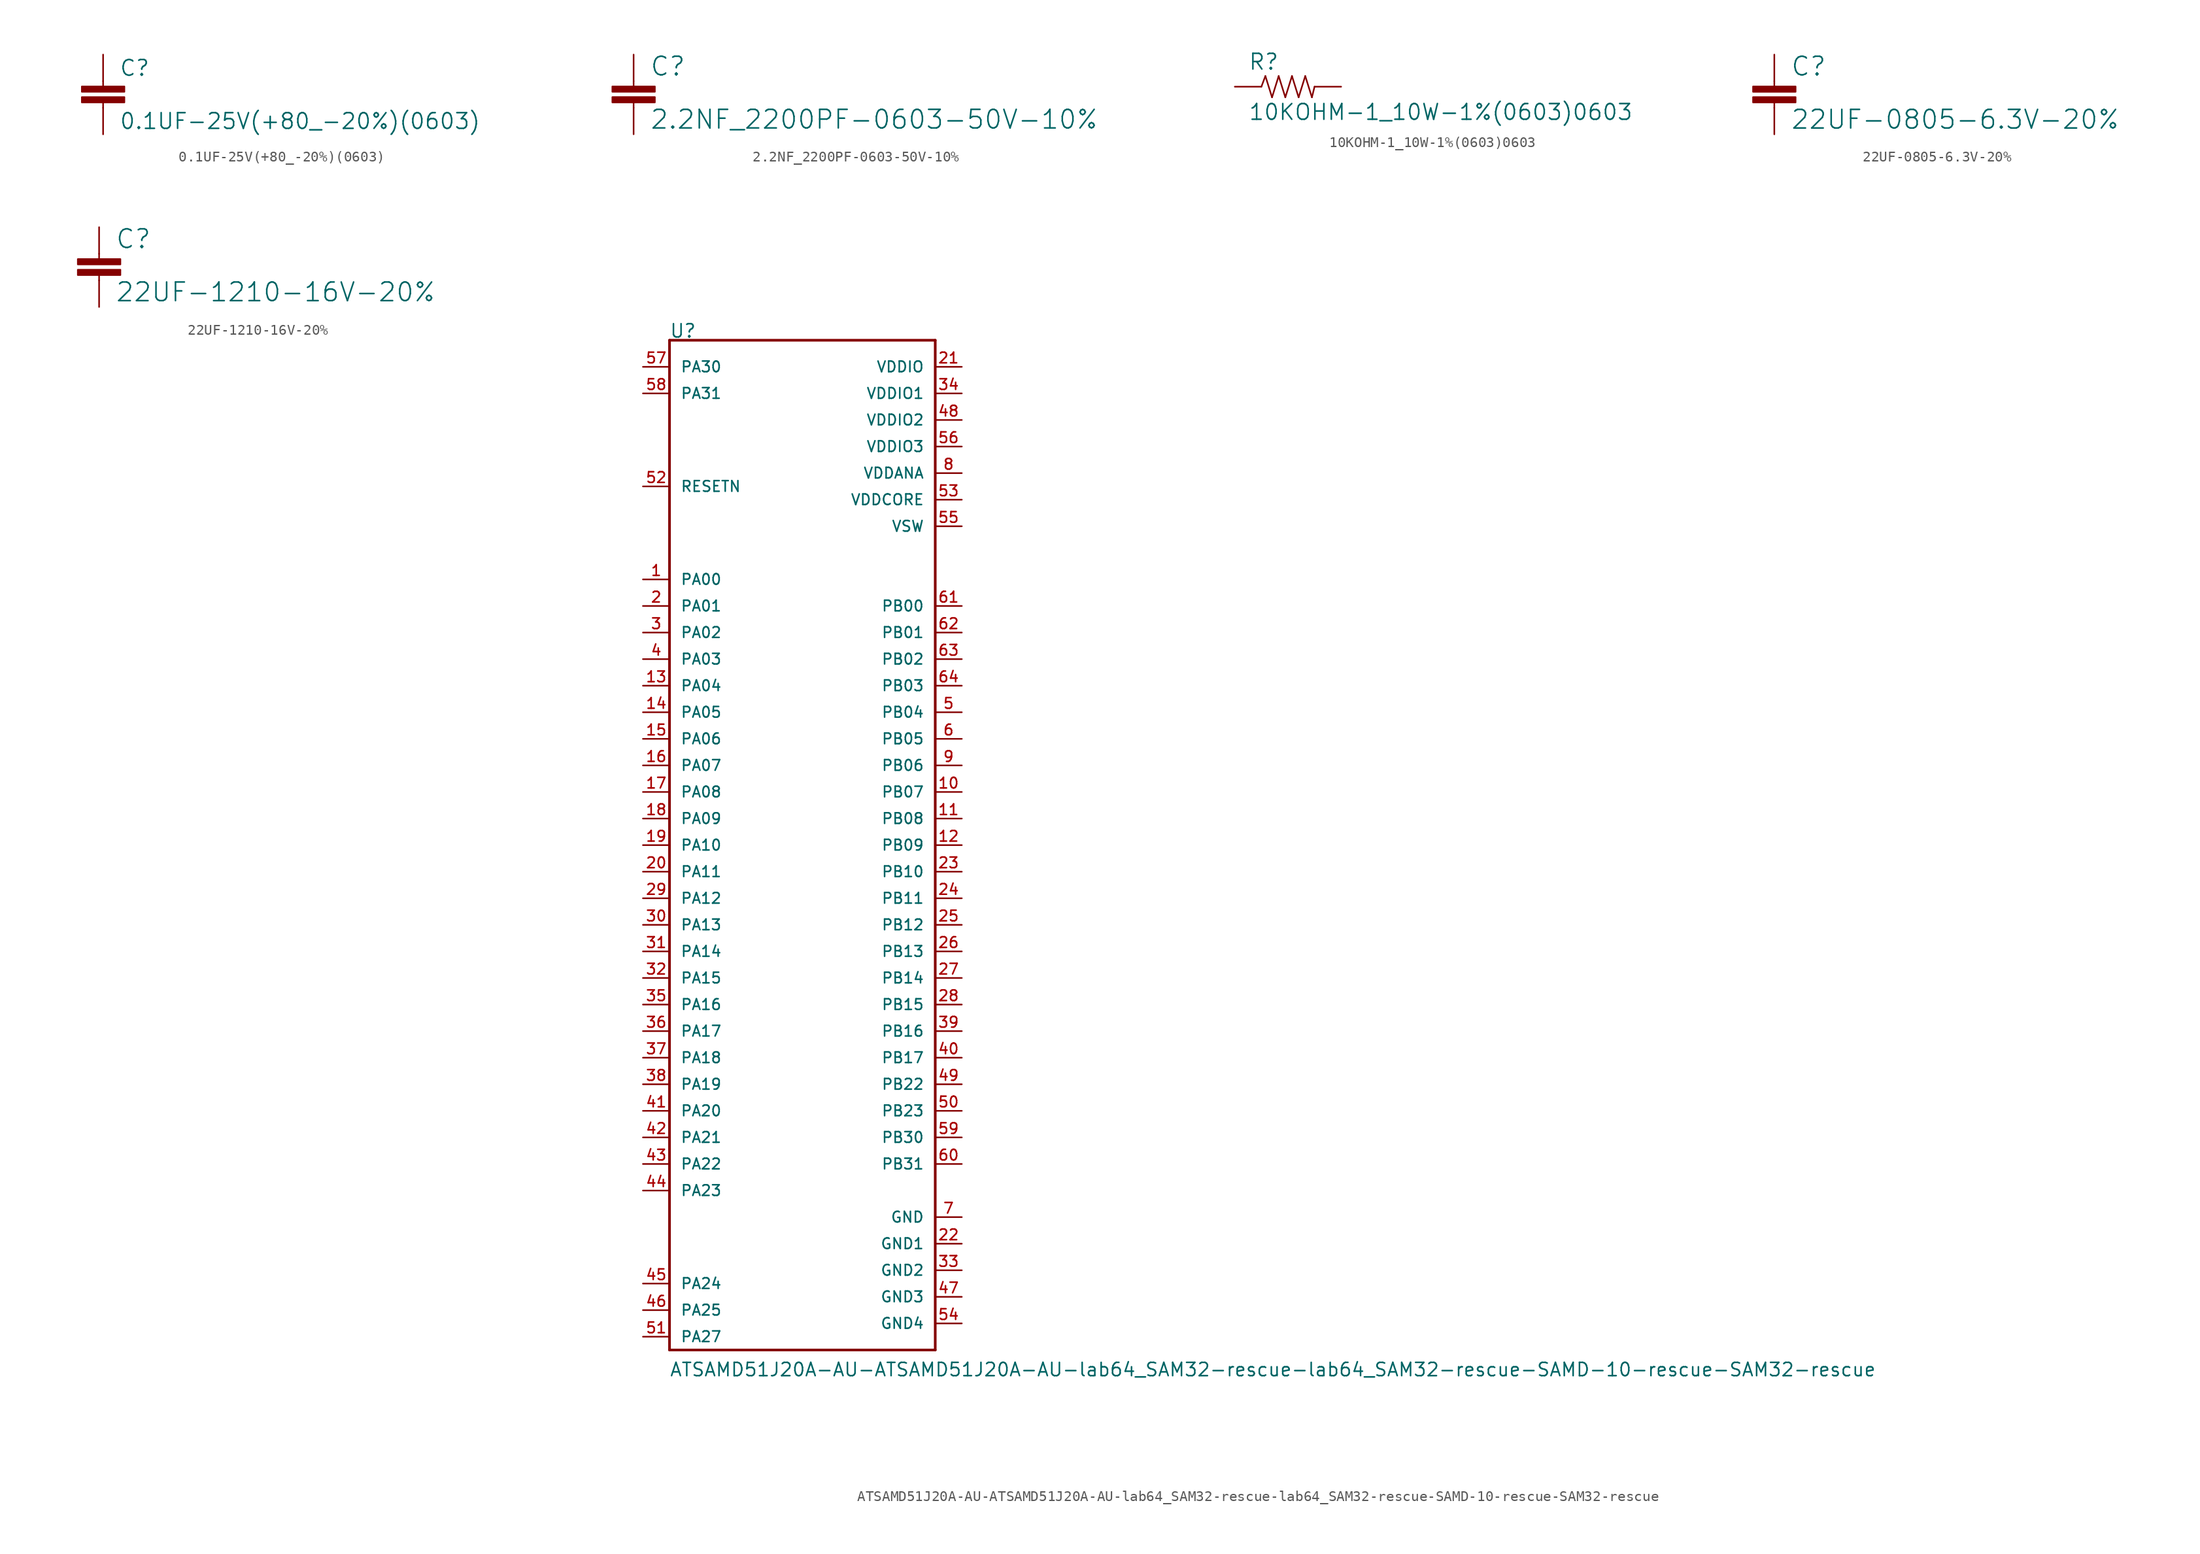
<source format=kicad_sym>
(kicad_symbol_lib
  (version 20220914)
  (generator kicad_symbol_editor)
  (symbol "0.1UF-25V(+80_-20%)(0603)"
    (pin_names
      (offset 1.016))
    (property "Reference" "C"
      (at 1.524 2.921 0)
      (effects (font (size 1.499 1.499)) (justify left bottom)))
    (property "Value" "0.1UF-25V(+80_-20%)(0603)"
      (at 1.524 -2.159 0)
      (effects (font (size 1.499 1.499)) (justify left bottom)))
    (property "ki_locked" ""
      (at 0 0 0)
      (effects (font (size 1.27 1.27))))
    (symbol "0.1UF-25V(+80_-20%)(0603)_1_0"
      (rectangle (start -2.032 0.508) (end 2.032 1.016) (stroke (width 0) (type solid)) (fill (type outline)))
      (rectangle (start -2.032 1.524) (end 2.032 2.032) (stroke (width 0) (type solid)) (fill (type outline)))
      (polyline (pts (xy 0 0) (xy 0 0.508)) (stroke (width 0) (type solid)) (fill (type none)))
      (polyline (pts (xy 0 2.54) (xy 0 2.032)) (stroke (width 0) (type solid)) (fill (type none)))
      (pin passive line (at 0 5.08 270) (length 2.54) (name "1" (effects (font (size 0 0)))) (number "1" (effects (font (size 0 0)))))
      (pin passive line (at 0 -2.54 90) (length 2.54) (name "2" (effects (font (size 0 0)))) (number "2" (effects (font (size 0 0)))))))
  (symbol "2.2NF_2200PF-0603-50V-10%"
    (pin_names
      (offset 1.016))
    (property "Reference" "C"
      (at 1.524 2.921 0)
      (effects (font (size 1.778 1.778)) (justify left bottom)))
    (property "Value" "2.2NF_2200PF-0603-50V-10%"
      (at 1.524 -2.159 0)
      (effects (font (size 1.778 1.778)) (justify left bottom)))
    (property "ki_locked" ""
      (at 0 0 0)
      (effects (font (size 1.27 1.27))))
    (symbol "2.2NF_2200PF-0603-50V-10%_1_0"
      (rectangle (start -2.032 0.508) (end 2.032 1.016) (stroke (width 0) (type solid)) (fill (type outline)))
      (rectangle (start -2.032 1.524) (end 2.032 2.032) (stroke (width 0) (type solid)) (fill (type outline)))
      (polyline (pts (xy 0 0) (xy 0 0.508)) (stroke (width 0) (type solid)) (fill (type none)))
      (polyline (pts (xy 0 2.54) (xy 0 2.032)) (stroke (width 0) (type solid)) (fill (type none)))
      (pin passive line (at 0 5.08 270) (length 2.54) (name "1" (effects (font (size 0 0)))) (number "1" (effects (font (size 0 0)))))
      (pin passive line (at 0 -2.54 90) (length 2.54) (name "2" (effects (font (size 0 0)))) (number "2" (effects (font (size 0 0)))))))
  (symbol "10KOHM-1_10W-1%(0603)0603"
    (pin_names
      (offset 1.016))
    (property "Reference" "R"
      (at -3.81 1.499 0)
      (effects (font (size 1.499 1.499)) (justify left bottom)))
    (property "Value" "10KOHM-1_10W-1%(0603)0603"
      (at -3.81 -3.302 0)
      (effects (font (size 1.499 1.499)) (justify left bottom)))
    (property "ki_locked" ""
      (at 0 0 0)
      (effects (font (size 1.27 1.27))))
    (symbol "10KOHM-1_10W-1%(0603)0603_1_0"
      (polyline (pts (xy -2.54 0) (xy -2.159 1.016)) (stroke (width 0) (type solid)) (fill (type none)))
      (polyline (pts (xy -2.159 1.016) (xy -1.524 -1.016)) (stroke (width 0) (type solid)) (fill (type none)))
      (polyline (pts (xy -1.524 -1.016) (xy -0.889 1.016)) (stroke (width 0) (type solid)) (fill (type none)))
      (polyline (pts (xy -0.889 1.016) (xy -0.254 -1.016)) (stroke (width 0) (type solid)) (fill (type none)))
      (polyline (pts (xy -0.254 -1.016) (xy 0.381 1.016)) (stroke (width 0) (type solid)) (fill (type none)))
      (polyline (pts (xy 0.381 1.016) (xy 1.016 -1.016)) (stroke (width 0) (type solid)) (fill (type none)))
      (polyline (pts (xy 1.016 -1.016) (xy 1.651 1.016)) (stroke (width 0) (type solid)) (fill (type none)))
      (polyline (pts (xy 1.651 1.016) (xy 2.286 -1.016)) (stroke (width 0) (type solid)) (fill (type none)))
      (polyline (pts (xy 2.286 -1.016) (xy 2.54 0)) (stroke (width 0) (type solid)) (fill (type none)))
      (pin passive line (at -5.08 0 0) (length 2.54) (name "1" (effects (font (size 0 0)))) (number "1" (effects (font (size 0 0)))))
      (pin passive line (at 5.08 0 180) (length 2.54) (name "2" (effects (font (size 0 0)))) (number "2" (effects (font (size 0 0)))))))
  (symbol "22UF-0805-6.3V-20%"
    (pin_names
      (offset 1.016))
    (property "Reference" "C"
      (at 1.524 2.921 0)
      (effects (font (size 1.778 1.778)) (justify left bottom)))
    (property "Value" "22UF-0805-6.3V-20%"
      (at 1.524 -2.159 0)
      (effects (font (size 1.778 1.778)) (justify left bottom)))
    (property "ki_locked" ""
      (at 0 0 0)
      (effects (font (size 1.27 1.27))))
    (symbol "22UF-0805-6.3V-20%_1_0"
      (rectangle (start -2.032 0.508) (end 2.032 1.016) (stroke (width 0) (type solid)) (fill (type outline)))
      (rectangle (start -2.032 1.524) (end 2.032 2.032) (stroke (width 0) (type solid)) (fill (type outline)))
      (polyline (pts (xy 0 0) (xy 0 0.508)) (stroke (width 0) (type solid)) (fill (type none)))
      (polyline (pts (xy 0 2.54) (xy 0 2.032)) (stroke (width 0) (type solid)) (fill (type none)))
      (pin passive line (at 0 5.08 270) (length 2.54) (name "1" (effects (font (size 0 0)))) (number "1" (effects (font (size 0 0)))))
      (pin passive line (at 0 -2.54 90) (length 2.54) (name "2" (effects (font (size 0 0)))) (number "2" (effects (font (size 0 0)))))))
  (symbol "22UF-1210-16V-20%"
    (pin_names
      (offset 1.016))
    (property "Reference" "C"
      (at 1.524 2.921 0)
      (effects (font (size 1.778 1.778)) (justify left bottom)))
    (property "Value" "22UF-1210-16V-20%"
      (at 1.524 -2.159 0)
      (effects (font (size 1.778 1.778)) (justify left bottom)))
    (property "ki_locked" ""
      (at 0 0 0)
      (effects (font (size 1.27 1.27))))
    (symbol "22UF-1210-16V-20%_1_0"
      (rectangle (start -2.032 0.508) (end 2.032 1.016) (stroke (width 0) (type solid)) (fill (type outline)))
      (rectangle (start -2.032 1.524) (end 2.032 2.032) (stroke (width 0) (type solid)) (fill (type outline)))
      (polyline (pts (xy 0 0) (xy 0 0.508)) (stroke (width 0) (type solid)) (fill (type none)))
      (polyline (pts (xy 0 2.54) (xy 0 2.032)) (stroke (width 0) (type solid)) (fill (type none)))
      (pin passive line (at 0 5.08 270) (length 2.54) (name "1" (effects (font (size 0 0)))) (number "1" (effects (font (size 0 0)))))
      (pin passive line (at 0 -2.54 90) (length 2.54) (name "2" (effects (font (size 0 0)))) (number "2" (effects (font (size 0 0)))))))
  (symbol "ATSAMD51J20A-AU-ATSAMD51J20A-AU-lab64_SAM32-rescue-lab64_SAM32-rescue-SAMD-10-rescue-SAM32-rescue"
    (pin_names
      (offset 1.016))
    (property "Reference" "U"
      (at -12.725 48.412 0)
      (effects (font (size 1.27 1.27)) (justify left bottom)))
    (property "Value" "ATSAMD51J20A-AU-ATSAMD51J20A-AU-lab64_SAM32-rescue-lab64_SAM32-rescue-SAMD-10-rescue-SAM32-rescue"
      (at -12.725 -50.876 0)
      (effects (font (size 1.27 1.27)) (justify left bottom)))
    (property "ki_locked" ""
      (at 0 0 0)
      (effects (font (size 1.27 1.27))))
    (symbol "ATSAMD51J20A-AU-ATSAMD51J20A-AU-lab64_SAM32-rescue-lab64_SAM32-rescue-SAMD-10-rescue-SAM32-rescue_0_0"
      (polyline (pts (xy -12.7 -48.26) (xy 12.7 -48.26)) (stroke (width 0.254) (type solid)) (fill (type none)))
      (polyline (pts (xy -12.7 48.26) (xy -12.7 -48.26)) (stroke (width 0.254) (type solid)) (fill (type none)))
      (polyline (pts (xy 12.7 -48.26) (xy 12.7 48.26)) (stroke (width 0.254) (type solid)) (fill (type none)))
      (polyline (pts (xy 12.7 48.26) (xy -12.7 48.26)) (stroke (width 0.254) (type solid)) (fill (type none)))
      (pin bidirectional line (at -15.24 25.4 0) (length 2.54) (name "PA00" (effects (font (size 1.016 1.016)))) (number "1" (effects (font (size 1.016 1.016)))))
      (pin bidirectional line (at 15.24 5.08 180) (length 2.54) (name "PB07" (effects (font (size 1.016 1.016)))) (number "10" (effects (font (size 1.016 1.016)))))
      (pin bidirectional line (at 15.24 2.54 180) (length 2.54) (name "PB08" (effects (font (size 1.016 1.016)))) (number "11" (effects (font (size 1.016 1.016)))))
      (pin bidirectional line (at 15.24 0 180) (length 2.54) (name "PB09" (effects (font (size 1.016 1.016)))) (number "12" (effects (font (size 1.016 1.016)))))
      (pin bidirectional line (at -15.24 15.24 0) (length 2.54) (name "PA04" (effects (font (size 1.016 1.016)))) (number "13" (effects (font (size 1.016 1.016)))))
      (pin bidirectional line (at -15.24 12.7 0) (length 2.54) (name "PA05" (effects (font (size 1.016 1.016)))) (number "14" (effects (font (size 1.016 1.016)))))
      (pin bidirectional line (at -15.24 10.16 0) (length 2.54) (name "PA06" (effects (font (size 1.016 1.016)))) (number "15" (effects (font (size 1.016 1.016)))))
      (pin bidirectional line (at -15.24 7.62 0) (length 2.54) (name "PA07" (effects (font (size 1.016 1.016)))) (number "16" (effects (font (size 1.016 1.016)))))
      (pin bidirectional line (at -15.24 5.08 0) (length 2.54) (name "PA08" (effects (font (size 1.016 1.016)))) (number "17" (effects (font (size 1.016 1.016)))))
      (pin bidirectional line (at -15.24 2.54 0) (length 2.54) (name "PA09" (effects (font (size 1.016 1.016)))) (number "18" (effects (font (size 1.016 1.016)))))
      (pin bidirectional line (at -15.24 0 0) (length 2.54) (name "PA10" (effects (font (size 1.016 1.016)))) (number "19" (effects (font (size 1.016 1.016)))))
      (pin bidirectional line (at -15.24 22.86 0) (length 2.54) (name "PA01" (effects (font (size 1.016 1.016)))) (number "2" (effects (font (size 1.016 1.016)))))
      (pin bidirectional line (at -15.24 -2.54 0) (length 2.54) (name "PA11" (effects (font (size 1.016 1.016)))) (number "20" (effects (font (size 1.016 1.016)))))
      (pin power_in line (at 15.24 45.72 180) (length 2.54) (name "VDDIO" (effects (font (size 1.016 1.016)))) (number "21" (effects (font (size 1.016 1.016)))))
      (pin power_in line (at 15.24 -38.1 180) (length 2.54) (name "GND1" (effects (font (size 1.016 1.016)))) (number "22" (effects (font (size 1.016 1.016)))))
      (pin bidirectional line (at 15.24 -2.54 180) (length 2.54) (name "PB10" (effects (font (size 1.016 1.016)))) (number "23" (effects (font (size 1.016 1.016)))))
      (pin bidirectional line (at 15.24 -5.08 180) (length 2.54) (name "PB11" (effects (font (size 1.016 1.016)))) (number "24" (effects (font (size 1.016 1.016)))))
      (pin bidirectional line (at 15.24 -7.62 180) (length 2.54) (name "PB12" (effects (font (size 1.016 1.016)))) (number "25" (effects (font (size 1.016 1.016)))))
      (pin bidirectional line (at 15.24 -10.16 180) (length 2.54) (name "PB13" (effects (font (size 1.016 1.016)))) (number "26" (effects (font (size 1.016 1.016)))))
      (pin bidirectional line (at 15.24 -12.7 180) (length 2.54) (name "PB14" (effects (font (size 1.016 1.016)))) (number "27" (effects (font (size 1.016 1.016)))))
      (pin bidirectional line (at 15.24 -15.24 180) (length 2.54) (name "PB15" (effects (font (size 1.016 1.016)))) (number "28" (effects (font (size 1.016 1.016)))))
      (pin bidirectional line (at -15.24 -5.08 0) (length 2.54) (name "PA12" (effects (font (size 1.016 1.016)))) (number "29" (effects (font (size 1.016 1.016)))))
      (pin bidirectional line (at -15.24 20.32 0) (length 2.54) (name "PA02" (effects (font (size 1.016 1.016)))) (number "3" (effects (font (size 1.016 1.016)))))
      (pin bidirectional line (at -15.24 -7.62 0) (length 2.54) (name "PA13" (effects (font (size 1.016 1.016)))) (number "30" (effects (font (size 1.016 1.016)))))
      (pin bidirectional line (at -15.24 -10.16 0) (length 2.54) (name "PA14" (effects (font (size 1.016 1.016)))) (number "31" (effects (font (size 1.016 1.016)))))
      (pin bidirectional line (at -15.24 -12.7 0) (length 2.54) (name "PA15" (effects (font (size 1.016 1.016)))) (number "32" (effects (font (size 1.016 1.016)))))
      (pin power_in line (at 15.24 -40.64 180) (length 2.54) (name "GND2" (effects (font (size 1.016 1.016)))) (number "33" (effects (font (size 1.016 1.016)))))
      (pin power_in line (at 15.24 43.18 180) (length 2.54) (name "VDDIO1" (effects (font (size 1.016 1.016)))) (number "34" (effects (font (size 1.016 1.016)))))
      (pin bidirectional line (at -15.24 -15.24 0) (length 2.54) (name "PA16" (effects (font (size 1.016 1.016)))) (number "35" (effects (font (size 1.016 1.016)))))
      (pin bidirectional line (at -15.24 -17.78 0) (length 2.54) (name "PA17" (effects (font (size 1.016 1.016)))) (number "36" (effects (font (size 1.016 1.016)))))
      (pin bidirectional line (at -15.24 -20.32 0) (length 2.54) (name "PA18" (effects (font (size 1.016 1.016)))) (number "37" (effects (font (size 1.016 1.016)))))
      (pin bidirectional line (at -15.24 -22.86 0) (length 2.54) (name "PA19" (effects (font (size 1.016 1.016)))) (number "38" (effects (font (size 1.016 1.016)))))
      (pin bidirectional line (at 15.24 -17.78 180) (length 2.54) (name "PB16" (effects (font (size 1.016 1.016)))) (number "39" (effects (font (size 1.016 1.016)))))
      (pin bidirectional line (at -15.24 17.78 0) (length 2.54) (name "PA03" (effects (font (size 1.016 1.016)))) (number "4" (effects (font (size 1.016 1.016)))))
      (pin bidirectional line (at 15.24 -20.32 180) (length 2.54) (name "PB17" (effects (font (size 1.016 1.016)))) (number "40" (effects (font (size 1.016 1.016)))))
      (pin bidirectional line (at -15.24 -25.4 0) (length 2.54) (name "PA20" (effects (font (size 1.016 1.016)))) (number "41" (effects (font (size 1.016 1.016)))))
      (pin bidirectional line (at -15.24 -27.94 0) (length 2.54) (name "PA21" (effects (font (size 1.016 1.016)))) (number "42" (effects (font (size 1.016 1.016)))))
      (pin bidirectional line (at -15.24 -30.48 0) (length 2.54) (name "PA22" (effects (font (size 1.016 1.016)))) (number "43" (effects (font (size 1.016 1.016)))))
      (pin bidirectional line (at -15.24 -33.02 0) (length 2.54) (name "PA23" (effects (font (size 1.016 1.016)))) (number "44" (effects (font (size 1.016 1.016)))))
      (pin bidirectional line (at -15.24 -41.91 0) (length 2.54) (name "PA24" (effects (font (size 1.016 1.016)))) (number "45" (effects (font (size 1.016 1.016)))))
      (pin bidirectional line (at -15.24 -44.45 0) (length 2.54) (name "PA25" (effects (font (size 1.016 1.016)))) (number "46" (effects (font (size 1.016 1.016)))))
      (pin power_in line (at 15.24 -43.18 180) (length 2.54) (name "GND3" (effects (font (size 1.016 1.016)))) (number "47" (effects (font (size 1.016 1.016)))))
      (pin power_in line (at 15.24 40.64 180) (length 2.54) (name "VDDIO2" (effects (font (size 1.016 1.016)))) (number "48" (effects (font (size 1.016 1.016)))))
      (pin bidirectional line (at 15.24 -22.86 180) (length 2.54) (name "PB22" (effects (font (size 1.016 1.016)))) (number "49" (effects (font (size 1.016 1.016)))))
      (pin bidirectional line (at 15.24 12.7 180) (length 2.54) (name "PB04" (effects (font (size 1.016 1.016)))) (number "5" (effects (font (size 1.016 1.016)))))
      (pin bidirectional line (at 15.24 -25.4 180) (length 2.54) (name "PB23" (effects (font (size 1.016 1.016)))) (number "50" (effects (font (size 1.016 1.016)))))
      (pin bidirectional line (at -15.24 -46.99 0) (length 2.54) (name "PA27" (effects (font (size 1.016 1.016)))) (number "51" (effects (font (size 1.016 1.016)))))
      (pin input line (at -15.24 34.29 0) (length 2.54) (name "RESETN" (effects (font (size 1.016 1.016)))) (number "52" (effects (font (size 1.016 1.016)))))
      (pin power_in line (at 15.24 33.02 180) (length 2.54) (name "VDDCORE" (effects (font (size 1.016 1.016)))) (number "53" (effects (font (size 1.016 1.016)))))
      (pin power_in line (at 15.24 -45.72 180) (length 2.54) (name "GND4" (effects (font (size 1.016 1.016)))) (number "54" (effects (font (size 1.016 1.016)))))
      (pin power_in line (at 15.24 30.48 180) (length 2.54) (name "VSW" (effects (font (size 1.016 1.016)))) (number "55" (effects (font (size 1.016 1.016)))))
      (pin power_in line (at 15.24 38.1 180) (length 2.54) (name "VDDIO3" (effects (font (size 1.016 1.016)))) (number "56" (effects (font (size 1.016 1.016)))))
      (pin bidirectional line (at -15.24 45.72 0) (length 2.54) (name "PA30" (effects (font (size 1.016 1.016)))) (number "57" (effects (font (size 1.016 1.016)))))
      (pin bidirectional line (at -15.24 43.18 0) (length 2.54) (name "PA31" (effects (font (size 1.016 1.016)))) (number "58" (effects (font (size 1.016 1.016)))))
      (pin bidirectional line (at 15.24 -27.94 180) (length 2.54) (name "PB30" (effects (font (size 1.016 1.016)))) (number "59" (effects (font (size 1.016 1.016)))))
      (pin bidirectional line (at 15.24 10.16 180) (length 2.54) (name "PB05" (effects (font (size 1.016 1.016)))) (number "6" (effects (font (size 1.016 1.016)))))
      (pin bidirectional line (at 15.24 -30.48 180) (length 2.54) (name "PB31" (effects (font (size 1.016 1.016)))) (number "60" (effects (font (size 1.016 1.016)))))
      (pin bidirectional line (at 15.24 22.86 180) (length 2.54) (name "PB00" (effects (font (size 1.016 1.016)))) (number "61" (effects (font (size 1.016 1.016)))))
      (pin bidirectional line (at 15.24 20.32 180) (length 2.54) (name "PB01" (effects (font (size 1.016 1.016)))) (number "62" (effects (font (size 1.016 1.016)))))
      (pin bidirectional line (at 15.24 17.78 180) (length 2.54) (name "PB02" (effects (font (size 1.016 1.016)))) (number "63" (effects (font (size 1.016 1.016)))))
      (pin bidirectional line (at 15.24 15.24 180) (length 2.54) (name "PB03" (effects (font (size 1.016 1.016)))) (number "64" (effects (font (size 1.016 1.016)))))
      (pin power_in line (at 15.24 -35.56 180) (length 2.54) (name "GND" (effects (font (size 1.016 1.016)))) (number "7" (effects (font (size 1.016 1.016)))))
      (pin power_in line (at 15.24 35.56 180) (length 2.54) (name "VDDANA" (effects (font (size 1.016 1.016)))) (number "8" (effects (font (size 1.016 1.016)))))
      (pin bidirectional line (at 15.24 7.62 180) (length 2.54) (name "PB06" (effects (font (size 1.016 1.016)))) (number "9" (effects (font (size 1.016 1.016))))))))
</source>
